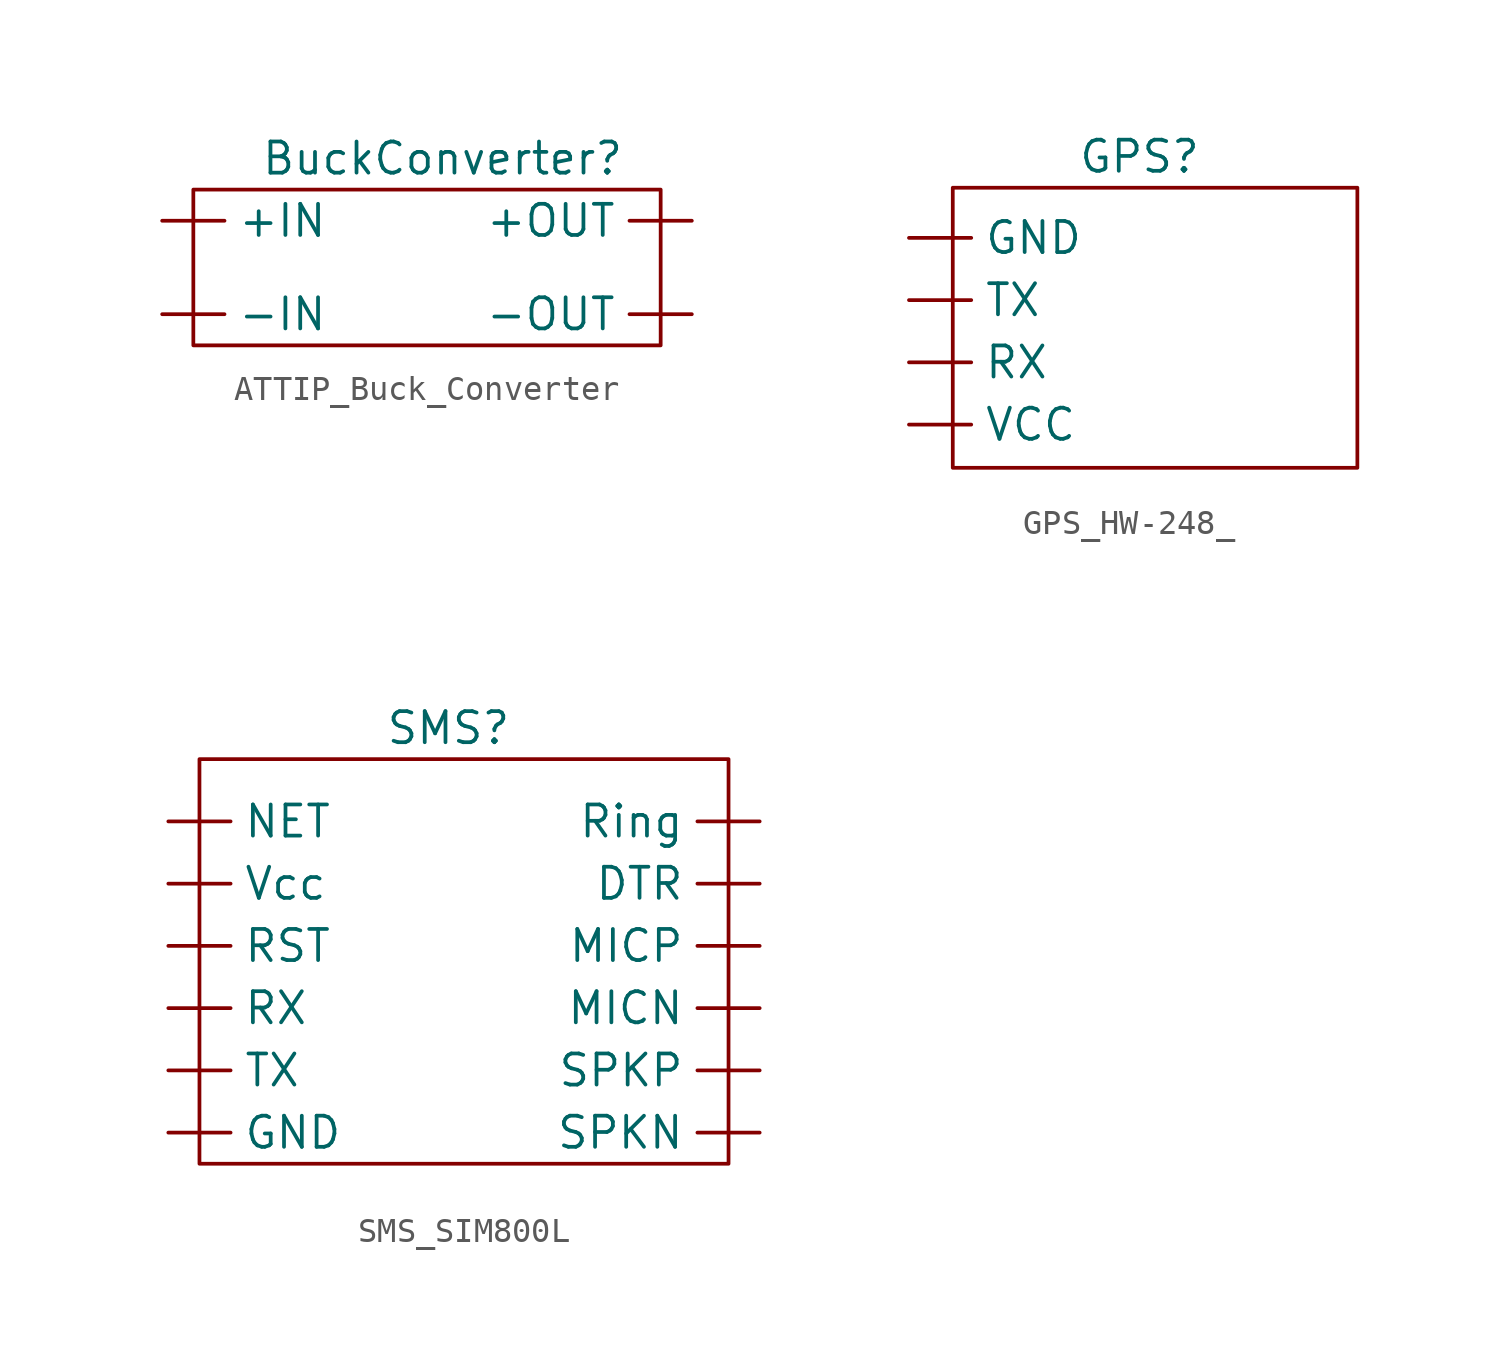
<source format=kicad_sym>
(kicad_symbol_lib
  (version 20220914)
  (generator kicad_symbol_editor)
  (symbol "ATTIP_Buck_Converter"
    (property "Reference" "BuckConverter"
      (at 2.54 -1.27 0)
      (effects (font (size 1.27 1.27))))
    (property "Value" ""
      (at 0 0 0)
      (effects (font (size 1.27 1.27))))
    (symbol "ATTIP_Buck_Converter_0_1"
      (rectangle (start -7.62 -2.54) (end 11.43 -8.89) (stroke (width 0) (type default)) (fill (type none))))
    (symbol "ATTIP_Buck_Converter_1_1"
      (pin input line (at -8.89 -3.81 0) (length 2.54) (name "+IN" (effects (font (size 1.27 1.27)))) (number "" (effects (font (size 1.27 1.27)))))
      (pin output line (at 12.7 -3.81 180) (length 2.54) (name "+OUT" (effects (font (size 1.27 1.27)))) (number "" (effects (font (size 1.27 1.27)))))
      (pin input line (at -8.89 -7.62 0) (length 2.54) (name "-IN" (effects (font (size 1.27 1.27)))) (number "" (effects (font (size 1.27 1.27)))))
      (pin output line (at 12.7 -7.62 180) (length 2.54) (name "-OUT" (effects (font (size 1.27 1.27)))) (number "" (effects (font (size 1.27 1.27)))))))
  (symbol "GPS_HW-248_"
    (property "Reference" "GPS"
      (at 2.54 0 0)
      (effects (font (size 1.27 1.27))))
    (property "Value" ""
      (at 0 0 0)
      (effects (font (size 1.27 1.27))))
    (symbol "GPS_HW-248__0_1"
      (rectangle (start -5.08 -1.27) (end 11.43 -12.7) (stroke (width 0) (type default)) (fill (type none))))
    (symbol "GPS_HW-248__1_1"
      (pin input line (at -6.867 -3.317 0) (length 2.54) (name "GND" (effects (font (size 1.27 1.27)))) (number "" (effects (font (size 1.27 1.27)))))
      (pin output line (at -6.867 -8.397 0) (length 2.54) (name "RX" (effects (font (size 1.27 1.27)))) (number "" (effects (font (size 1.27 1.27)))))
      (pin output line (at -6.867 -5.857 0) (length 2.54) (name "TX" (effects (font (size 1.27 1.27)))) (number "" (effects (font (size 1.27 1.27)))))
      (pin input line (at -6.867 -10.937 0) (length 2.54) (name "VCC" (effects (font (size 1.27 1.27)))) (number "" (effects (font (size 1.27 1.27)))))))
  (symbol "SMS_SIM800L"
    (property "Reference" "SMS"
      (at 5.08 1.27 0)
      (effects (font (size 1.27 1.27))))
    (property "Value" ""
      (at 0 0 0)
      (effects (font (size 1.27 1.27))))
    (symbol "SMS_SIM800L_0_1"
      (rectangle (start -5.08 0) (end 16.51 -16.51) (stroke (width 0) (type default)) (fill (type none))))
    (symbol "SMS_SIM800L_1_1"
      (pin input line (at 17.78 -5.08 180) (length 2.54) (name "DTR" (effects (font (size 1.27 1.27)))) (number "" (effects (font (size 1.27 1.27)))))
      (pin input line (at -6.35 -15.24 0) (length 2.54) (name "GND" (effects (font (size 1.27 1.27)))) (number "" (effects (font (size 1.27 1.27)))))
      (pin input line (at 17.78 -10.16 180) (length 2.54) (name "MICN" (effects (font (size 1.27 1.27)))) (number "" (effects (font (size 1.27 1.27)))))
      (pin input line (at 17.78 -7.62 180) (length 2.54) (name "MICP" (effects (font (size 1.27 1.27)))) (number "" (effects (font (size 1.27 1.27)))))
      (pin input line (at -6.35 -2.54 0) (length 2.54) (name "NET" (effects (font (size 1.27 1.27)))) (number "" (effects (font (size 1.27 1.27)))))
      (pin input line (at -6.35 -7.62 0) (length 2.54) (name "RST" (effects (font (size 1.27 1.27)))) (number "" (effects (font (size 1.27 1.27)))))
      (pin input line (at -6.35 -10.16 0) (length 2.54) (name "RX" (effects (font (size 1.27 1.27)))) (number "" (effects (font (size 1.27 1.27)))))
      (pin input line (at 17.78 -2.54 180) (length 2.54) (name "Ring" (effects (font (size 1.27 1.27)))) (number "" (effects (font (size 1.27 1.27)))))
      (pin input line (at 17.78 -15.24 180) (length 2.54) (name "SPKN" (effects (font (size 1.27 1.27)))) (number "" (effects (font (size 1.27 1.27)))))
      (pin input line (at 17.78 -12.7 180) (length 2.54) (name "SPKP" (effects (font (size 1.27 1.27)))) (number "" (effects (font (size 1.27 1.27)))))
      (pin input line (at -6.35 -12.7 0) (length 2.54) (name "TX" (effects (font (size 1.27 1.27)))) (number "" (effects (font (size 1.27 1.27)))))
      (pin input line (at -6.35 -5.08 0) (length 2.54) (name "Vcc" (effects (font (size 1.27 1.27)))) (number "" (effects (font (size 1.27 1.27))))))))
</source>
